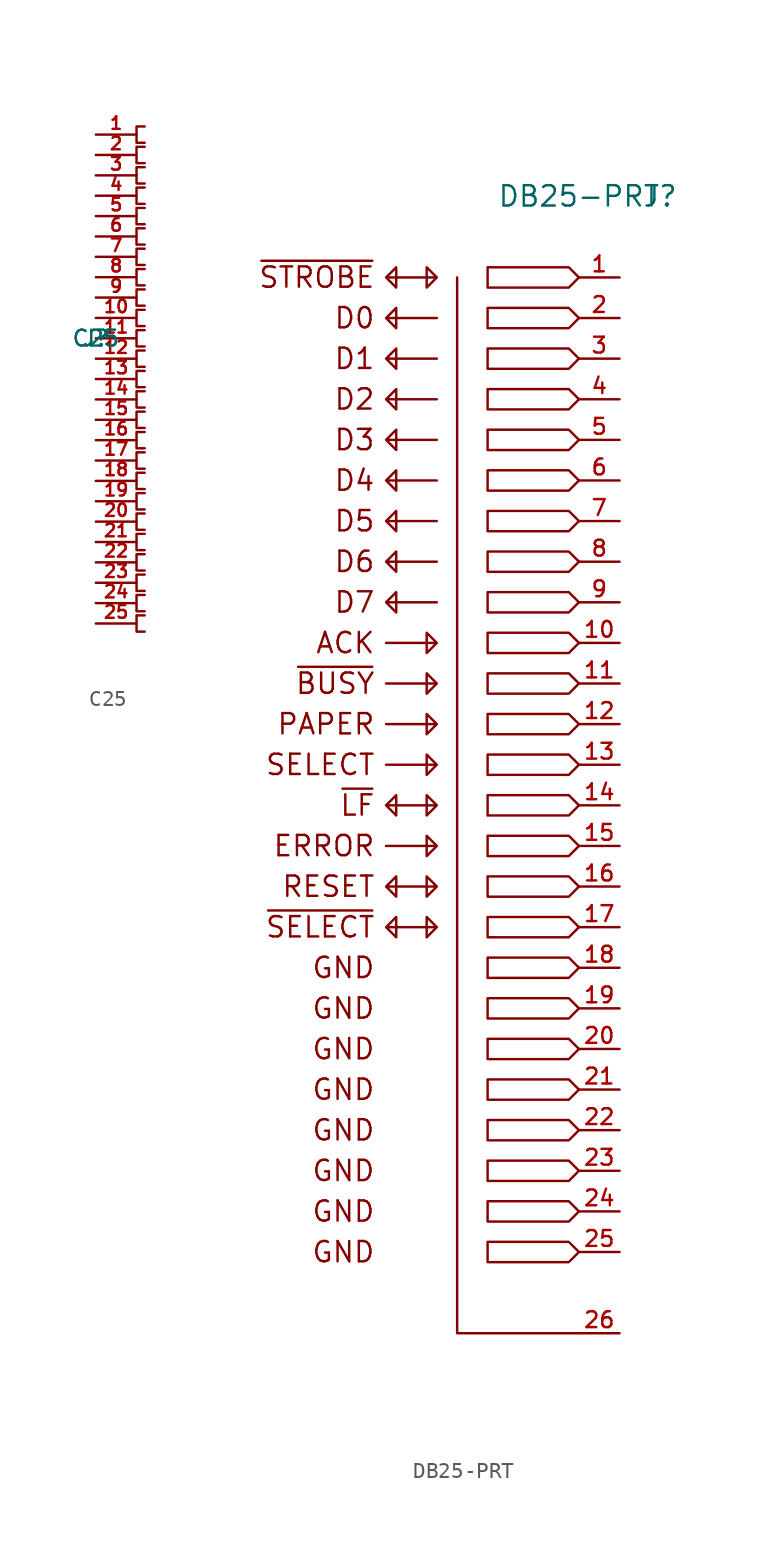
<source format=kicad_sym>
(kicad_symbol_lib
  (version 20211014)
  (generator kicad_symbol_editor)
  (symbol "C25"
    (pin_names
      (offset 1.016))
    (property "Reference" "J"
      (at 0 0 0)
      (effects (font (size 0.991 0.991))))
    (property "Value" "C25"
      (at 0 0 0)
      (effects (font (size 0.991 0.991))))
    (symbol "C25_0_1"
      (polyline (pts (xy 3.048 -17.272) (xy 2.54 -17.272) (xy 2.54 -18.288) (xy 3.048 -18.288)) (stroke (width 0) (type default) (color 0 0 0 0)) (fill (type none)))
      (polyline (pts (xy 3.048 -16.002) (xy 2.54 -16.002) (xy 2.54 -17.018) (xy 3.048 -17.018)) (stroke (width 0) (type default) (color 0 0 0 0)) (fill (type none)))
      (polyline (pts (xy 3.048 -14.732) (xy 2.54 -14.732) (xy 2.54 -15.748) (xy 3.048 -15.748)) (stroke (width 0) (type default) (color 0 0 0 0)) (fill (type none)))
      (polyline (pts (xy 3.048 -13.462) (xy 2.54 -13.462) (xy 2.54 -14.478) (xy 3.048 -14.478)) (stroke (width 0) (type default) (color 0 0 0 0)) (fill (type none)))
      (polyline (pts (xy 3.048 -12.192) (xy 2.54 -12.192) (xy 2.54 -13.208) (xy 3.048 -13.208)) (stroke (width 0) (type default) (color 0 0 0 0)) (fill (type none)))
      (polyline (pts (xy 3.048 -10.922) (xy 2.54 -10.922) (xy 2.54 -11.938) (xy 3.048 -11.938)) (stroke (width 0) (type default) (color 0 0 0 0)) (fill (type none)))
      (polyline (pts (xy 3.048 -9.652) (xy 2.54 -9.652) (xy 2.54 -10.668) (xy 3.048 -10.668)) (stroke (width 0) (type default) (color 0 0 0 0)) (fill (type none)))
      (polyline (pts (xy 3.048 -8.382) (xy 2.54 -8.382) (xy 2.54 -9.398) (xy 3.048 -9.398)) (stroke (width 0) (type default) (color 0 0 0 0)) (fill (type none)))
      (polyline (pts (xy 3.048 -7.112) (xy 2.54 -7.112) (xy 2.54 -8.128) (xy 3.048 -8.128)) (stroke (width 0) (type default) (color 0 0 0 0)) (fill (type none)))
      (polyline (pts (xy 3.048 -5.842) (xy 2.54 -5.842) (xy 2.54 -6.858) (xy 3.048 -6.858)) (stroke (width 0) (type default) (color 0 0 0 0)) (fill (type none)))
      (polyline (pts (xy 3.048 -4.572) (xy 2.54 -4.572) (xy 2.54 -5.588) (xy 3.048 -5.588)) (stroke (width 0) (type default) (color 0 0 0 0)) (fill (type none)))
      (polyline (pts (xy 3.048 -3.302) (xy 2.54 -3.302) (xy 2.54 -4.318) (xy 3.048 -4.318)) (stroke (width 0) (type default) (color 0 0 0 0)) (fill (type none)))
      (polyline (pts (xy 3.048 -2.032) (xy 2.54 -2.032) (xy 2.54 -3.048) (xy 3.048 -3.048)) (stroke (width 0) (type default) (color 0 0 0 0)) (fill (type none)))
      (polyline (pts (xy 3.048 -0.762) (xy 2.54 -0.762) (xy 2.54 -1.778) (xy 3.048 -1.778)) (stroke (width 0) (type default) (color 0 0 0 0)) (fill (type none)))
      (polyline (pts (xy 3.048 0.508) (xy 2.54 0.508) (xy 2.54 -0.508) (xy 3.048 -0.508)) (stroke (width 0) (type default) (color 0 0 0 0)) (fill (type none)))
      (polyline (pts (xy 3.048 1.778) (xy 2.54 1.778) (xy 2.54 0.762) (xy 3.048 0.762)) (stroke (width 0) (type default) (color 0 0 0 0)) (fill (type none)))
      (polyline (pts (xy 3.048 3.048) (xy 2.54 3.048) (xy 2.54 2.032) (xy 3.048 2.032)) (stroke (width 0) (type default) (color 0 0 0 0)) (fill (type none)))
      (polyline (pts (xy 3.048 4.318) (xy 2.54 4.318) (xy 2.54 3.302) (xy 3.048 3.302)) (stroke (width 0) (type default) (color 0 0 0 0)) (fill (type none)))
      (polyline (pts (xy 3.048 5.588) (xy 2.54 5.588) (xy 2.54 4.572) (xy 3.048 4.572)) (stroke (width 0) (type default) (color 0 0 0 0)) (fill (type none)))
      (polyline (pts (xy 3.048 6.858) (xy 2.54 6.858) (xy 2.54 5.842) (xy 3.048 5.842)) (stroke (width 0) (type default) (color 0 0 0 0)) (fill (type none)))
      (polyline (pts (xy 3.048 8.128) (xy 2.54 8.128) (xy 2.54 7.112) (xy 3.048 7.112)) (stroke (width 0) (type default) (color 0 0 0 0)) (fill (type none)))
      (polyline (pts (xy 3.048 9.398) (xy 2.54 9.398) (xy 2.54 8.382) (xy 3.048 8.382)) (stroke (width 0) (type default) (color 0 0 0 0)) (fill (type none)))
      (polyline (pts (xy 3.048 10.668) (xy 2.54 10.668) (xy 2.54 9.652) (xy 3.048 9.652)) (stroke (width 0) (type default) (color 0 0 0 0)) (fill (type none)))
      (polyline (pts (xy 3.048 11.938) (xy 2.54 11.938) (xy 2.54 10.922) (xy 3.048 10.922)) (stroke (width 0) (type default) (color 0 0 0 0)) (fill (type none)))
      (polyline (pts (xy 3.048 13.208) (xy 2.54 13.208) (xy 2.54 12.192) (xy 3.048 12.192)) (stroke (width 0) (type default) (color 0 0 0 0)) (fill (type none))))
    (symbol "C25_1_1"
      (pin passive line (at 2.54 12.7 180) (length 2.54) (name "~" (effects (font (size 0.787 0.787)))) (number "1" (effects (font (size 0.787 0.787)))))
      (pin passive line (at 2.54 1.27 180) (length 2.54) (name "~" (effects (font (size 0.787 0.787)))) (number "10" (effects (font (size 0.787 0.787)))))
      (pin passive line (at 2.54 0 180) (length 2.54) (name "~" (effects (font (size 0.787 0.787)))) (number "11" (effects (font (size 0.787 0.787)))))
      (pin passive line (at 2.54 -1.27 180) (length 2.54) (name "~" (effects (font (size 0.787 0.787)))) (number "12" (effects (font (size 0.787 0.787)))))
      (pin passive line (at 2.54 -2.54 180) (length 2.54) (name "~" (effects (font (size 0.787 0.787)))) (number "13" (effects (font (size 0.787 0.787)))))
      (pin passive line (at 2.54 -3.81 180) (length 2.54) (name "~" (effects (font (size 0.787 0.787)))) (number "14" (effects (font (size 0.787 0.787)))))
      (pin passive line (at 2.54 -5.08 180) (length 2.54) (name "~" (effects (font (size 0.787 0.787)))) (number "15" (effects (font (size 0.787 0.787)))))
      (pin passive line (at 2.54 -6.35 180) (length 2.54) (name "~" (effects (font (size 0.787 0.787)))) (number "16" (effects (font (size 0.787 0.787)))))
      (pin passive line (at 2.54 -7.62 180) (length 2.54) (name "~" (effects (font (size 0.787 0.787)))) (number "17" (effects (font (size 0.787 0.787)))))
      (pin passive line (at 2.54 -8.89 180) (length 2.54) (name "~" (effects (font (size 0.787 0.787)))) (number "18" (effects (font (size 0.787 0.787)))))
      (pin passive line (at 2.54 -10.16 180) (length 2.54) (name "~" (effects (font (size 0.787 0.787)))) (number "19" (effects (font (size 0.787 0.787)))))
      (pin passive line (at 2.54 11.43 180) (length 2.54) (name "~" (effects (font (size 0.787 0.787)))) (number "2" (effects (font (size 0.787 0.787)))))
      (pin passive line (at 2.54 -11.43 180) (length 2.54) (name "~" (effects (font (size 0.787 0.787)))) (number "20" (effects (font (size 0.787 0.787)))))
      (pin passive line (at 2.54 -12.7 180) (length 2.54) (name "~" (effects (font (size 0.787 0.787)))) (number "21" (effects (font (size 0.787 0.787)))))
      (pin passive line (at 2.54 -13.97 180) (length 2.54) (name "~" (effects (font (size 0.787 0.787)))) (number "22" (effects (font (size 0.787 0.787)))))
      (pin passive line (at 2.54 -15.24 180) (length 2.54) (name "~" (effects (font (size 0.787 0.787)))) (number "23" (effects (font (size 0.787 0.787)))))
      (pin passive line (at 2.54 -16.51 180) (length 2.54) (name "~" (effects (font (size 0.787 0.787)))) (number "24" (effects (font (size 0.787 0.787)))))
      (pin passive line (at 2.54 -17.78 180) (length 2.54) (name "~" (effects (font (size 0.787 0.787)))) (number "25" (effects (font (size 0.787 0.787)))))
      (pin passive line (at 2.54 10.16 180) (length 2.54) (name "~" (effects (font (size 0.787 0.787)))) (number "3" (effects (font (size 0.787 0.787)))))
      (pin passive line (at 2.54 8.89 180) (length 2.54) (name "~" (effects (font (size 0.787 0.787)))) (number "4" (effects (font (size 0.787 0.787)))))
      (pin passive line (at 2.54 7.62 180) (length 2.54) (name "~" (effects (font (size 0.787 0.787)))) (number "5" (effects (font (size 0.787 0.787)))))
      (pin passive line (at 2.54 6.35 180) (length 2.54) (name "~" (effects (font (size 0.787 0.787)))) (number "6" (effects (font (size 0.787 0.787)))))
      (pin passive line (at 2.54 5.08 180) (length 2.54) (name "~" (effects (font (size 0.787 0.787)))) (number "7" (effects (font (size 0.787 0.787)))))
      (pin passive line (at 2.54 3.81 180) (length 2.54) (name "~" (effects (font (size 0.787 0.787)))) (number "8" (effects (font (size 0.787 0.787)))))
      (pin passive line (at 2.54 2.54 180) (length 2.54) (name "~" (effects (font (size 0.787 0.787)))) (number "9" (effects (font (size 0.787 0.787)))))))
  (symbol "DB25-PRT"
    (pin_names
      (offset 1.016))
    (property "Reference" "J"
      (at 2.54 5.08 0)
      (effects (font (size 1.27 1.27))))
    (property "Value" "DB25-PRT"
      (at -2.54 5.08 0)
      (effects (font (size 1.27 1.27))))
    (symbol "DB25-PRT_0_0"
      (polyline (pts (xy -14.605 -35.56) (xy -11.43 -35.56) (xy -12.065 -34.925) (xy -12.065 -36.195) (xy -11.43 -35.56)) (stroke (width 0) (type default) (color 0 0 0 0)) (fill (type none)))
      (polyline (pts (xy -14.605 -30.48) (xy -11.43 -30.48) (xy -12.065 -29.845) (xy -12.065 -31.115) (xy -11.43 -30.48)) (stroke (width 0) (type default) (color 0 0 0 0)) (fill (type none)))
      (polyline (pts (xy -14.605 -27.94) (xy -11.43 -27.94) (xy -12.065 -27.305) (xy -12.065 -28.575) (xy -11.43 -27.94)) (stroke (width 0) (type default) (color 0 0 0 0)) (fill (type none)))
      (polyline (pts (xy -14.605 -22.86) (xy -11.43 -22.86) (xy -12.065 -22.225) (xy -12.065 -23.495) (xy -11.43 -22.86)) (stroke (width 0) (type default) (color 0 0 0 0)) (fill (type none)))
      (polyline (pts (xy -11.43 -2.54) (xy -14.605 -2.54) (xy -13.97 -1.905) (xy -13.97 -3.175) (xy -14.605 -2.54)) (stroke (width 0) (type default) (color 0 0 0 0)) (fill (type none)))
      (polyline (pts (xy -14.605 -25.4) (xy -11.43 -25.4) (xy -12.065 -24.765) (xy -12.065 -25.4) (xy -12.065 -26.035) (xy -11.43 -25.4)) (stroke (width 0) (type default) (color 0 0 0 0)) (fill (type none)))
      (polyline (pts (xy -14.605 -40.64) (xy -13.97 -40.005) (xy -13.97 -41.275) (xy -14.605 -40.64) (xy -11.43 -40.64) (xy -12.065 -40.005) (xy -12.065 -41.275) (xy -11.43 -40.64)) (stroke (width 0) (type default) (color 0 0 0 0)) (fill (type none)))
      (polyline (pts (xy -11.43 0) (xy -12.065 0.635) (xy -12.065 -0.635) (xy -11.43 0) (xy -14.605 0) (xy -13.97 0.635) (xy -13.97 -0.635) (xy -14.605 0)) (stroke (width 0) (type default) (color 0 0 0 0)) (fill (type none)))
      (polyline (pts (xy -14.605 -38.1) (xy -11.43 -38.1) (xy -12.065 -37.465) (xy -12.065 -38.735) (xy -11.43 -38.1) (xy -14.605 -38.1) (xy -13.97 -37.465) (xy -13.97 -38.735) (xy -14.605 -38.1)) (stroke (width 0) (type default) (color 0 0 0 0)) (fill (type none)))
      (polyline (pts (xy -11.43 -33.02) (xy -14.605 -33.02) (xy -13.97 -32.385) (xy -13.97 -33.655) (xy -14.605 -33.02) (xy -11.43 -33.02) (xy -12.065 -32.385) (xy -12.065 -33.655) (xy -11.43 -33.02)) (stroke (width 0) (type default) (color 0 0 0 0)) (fill (type none)))
      (text "ACK" (at -15.24 -22.86 0) (effects (font (size 1.27 1.27)) (justify right)))
      (text "D0" (at -15.24 -2.54 0) (effects (font (size 1.27 1.27)) (justify right)))
      (text "D1" (at -15.24 -5.08 0) (effects (font (size 1.27 1.27)) (justify right)))
      (text "D2" (at -15.24 -7.62 0) (effects (font (size 1.27 1.27)) (justify right)))
      (text "D3" (at -15.24 -10.16 0) (effects (font (size 1.27 1.27)) (justify right)))
      (text "D4" (at -15.24 -12.7 0) (effects (font (size 1.27 1.27)) (justify right)))
      (text "D5" (at -15.24 -15.24 0) (effects (font (size 1.27 1.27)) (justify right)))
      (text "D6" (at -15.24 -17.78 0) (effects (font (size 1.27 1.27)) (justify right)))
      (text "D7" (at -15.24 -20.32 0) (effects (font (size 1.27 1.27)) (justify right)))
      (text "ERROR" (at -15.24 -35.56 0) (effects (font (size 1.27 1.27)) (justify right)))
      (text "GND" (at -15.24 -60.96 0) (effects (font (size 1.27 1.27)) (justify right)))
      (text "GND" (at -15.24 -58.42 0) (effects (font (size 1.27 1.27)) (justify right)))
      (text "GND" (at -15.24 -55.88 0) (effects (font (size 1.27 1.27)) (justify right)))
      (text "GND" (at -15.24 -53.34 0) (effects (font (size 1.27 1.27)) (justify right)))
      (text "GND" (at -15.24 -50.8 0) (effects (font (size 1.27 1.27)) (justify right)))
      (text "GND" (at -15.24 -48.26 0) (effects (font (size 1.27 1.27)) (justify right)))
      (text "GND" (at -15.24 -45.72 0) (effects (font (size 1.27 1.27)) (justify right)))
      (text "GND" (at -15.24 -43.18 0) (effects (font (size 1.27 1.27)) (justify right)))
      (text "PAPER" (at -15.24 -27.94 0) (effects (font (size 1.27 1.27)) (justify right)))
      (text "RESET" (at -15.24 -38.1 0) (effects (font (size 1.27 1.27)) (justify right)))
      (text "SELECT" (at -15.24 -30.48 0) (effects (font (size 1.27 1.27)) (justify right)))
      (text "~{BUSY}" (at -15.24 -25.4 0) (effects (font (size 1.27 1.27)) (justify right)))
      (text "~{LF}" (at -15.24 -33.02 0) (effects (font (size 1.27 1.27)) (justify right)))
      (text "~{SELECT}" (at -15.24 -40.64 0) (effects (font (size 1.27 1.27)) (justify right)))
      (text "~{STROBE}" (at -15.24 0 0) (effects (font (size 1.27 1.27)) (justify right))))
    (symbol "DB25-PRT_0_1"
      (polyline (pts (xy -2.54 -66.04) (xy -10.16 -66.04) (xy -10.16 0)) (stroke (width 0) (type default) (color 0 0 0 0)) (fill (type none)))
      (polyline (pts (xy -2.54 -60.96) (xy -3.175 -60.325) (xy -8.255 -60.325) (xy -8.255 -61.595) (xy -3.175 -61.595) (xy -2.54 -60.96)) (stroke (width 0) (type default) (color 0 0 0 0)) (fill (type none)))
      (polyline (pts (xy -2.54 -58.42) (xy -3.175 -57.785) (xy -8.255 -57.785) (xy -8.255 -59.055) (xy -3.175 -59.055) (xy -2.54 -58.42)) (stroke (width 0) (type default) (color 0 0 0 0)) (fill (type none)))
      (polyline (pts (xy -2.54 -55.88) (xy -3.175 -55.245) (xy -8.255 -55.245) (xy -8.255 -56.515) (xy -3.175 -56.515) (xy -2.54 -55.88)) (stroke (width 0) (type default) (color 0 0 0 0)) (fill (type none)))
      (polyline (pts (xy -2.54 -53.34) (xy -3.175 -52.705) (xy -8.255 -52.705) (xy -8.255 -53.975) (xy -3.175 -53.975) (xy -2.54 -53.34)) (stroke (width 0) (type default) (color 0 0 0 0)) (fill (type none)))
      (polyline (pts (xy -2.54 -50.8) (xy -3.175 -50.165) (xy -8.255 -50.165) (xy -8.255 -51.435) (xy -3.175 -51.435) (xy -2.54 -50.8)) (stroke (width 0) (type default) (color 0 0 0 0)) (fill (type none)))
      (polyline (pts (xy -2.54 -48.26) (xy -3.175 -47.625) (xy -8.255 -47.625) (xy -8.255 -48.895) (xy -3.175 -48.895) (xy -2.54 -48.26)) (stroke (width 0) (type default) (color 0 0 0 0)) (fill (type none)))
      (polyline (pts (xy -2.54 -45.72) (xy -3.175 -45.085) (xy -8.255 -45.085) (xy -8.255 -46.355) (xy -3.175 -46.355) (xy -2.54 -45.72)) (stroke (width 0) (type default) (color 0 0 0 0)) (fill (type none)))
      (polyline (pts (xy -2.54 -43.18) (xy -3.175 -42.545) (xy -8.255 -42.545) (xy -8.255 -43.815) (xy -3.175 -43.815) (xy -2.54 -43.18)) (stroke (width 0) (type default) (color 0 0 0 0)) (fill (type none)))
      (polyline (pts (xy -2.54 -40.64) (xy -3.175 -40.005) (xy -8.255 -40.005) (xy -8.255 -41.275) (xy -3.175 -41.275) (xy -2.54 -40.64)) (stroke (width 0) (type default) (color 0 0 0 0)) (fill (type none)))
      (polyline (pts (xy -2.54 -38.1) (xy -3.175 -37.465) (xy -8.255 -37.465) (xy -8.255 -38.735) (xy -3.175 -38.735) (xy -2.54 -38.1)) (stroke (width 0) (type default) (color 0 0 0 0)) (fill (type none)))
      (polyline (pts (xy -2.54 -35.56) (xy -3.175 -34.925) (xy -8.255 -34.925) (xy -8.255 -36.195) (xy -3.175 -36.195) (xy -2.54 -35.56)) (stroke (width 0) (type default) (color 0 0 0 0)) (fill (type none)))
      (polyline (pts (xy -2.54 -33.02) (xy -3.175 -32.385) (xy -8.255 -32.385) (xy -8.255 -33.655) (xy -3.175 -33.655) (xy -2.54 -33.02)) (stroke (width 0) (type default) (color 0 0 0 0)) (fill (type none)))
      (polyline (pts (xy -2.54 -30.48) (xy -3.175 -29.845) (xy -8.255 -29.845) (xy -8.255 -31.115) (xy -3.175 -31.115) (xy -2.54 -30.48)) (stroke (width 0) (type default) (color 0 0 0 0)) (fill (type none)))
      (polyline (pts (xy -2.54 -27.94) (xy -3.175 -27.305) (xy -8.255 -27.305) (xy -8.255 -28.575) (xy -3.175 -28.575) (xy -2.54 -27.94)) (stroke (width 0) (type default) (color 0 0 0 0)) (fill (type none)))
      (polyline (pts (xy -2.54 -25.4) (xy -3.175 -24.765) (xy -8.255 -24.765) (xy -8.255 -26.035) (xy -3.175 -26.035) (xy -2.54 -25.4)) (stroke (width 0) (type default) (color 0 0 0 0)) (fill (type none)))
      (polyline (pts (xy -2.54 -22.86) (xy -3.175 -22.225) (xy -8.255 -22.225) (xy -8.255 -23.495) (xy -3.175 -23.495) (xy -2.54 -22.86)) (stroke (width 0) (type default) (color 0 0 0 0)) (fill (type none)))
      (polyline (pts (xy -2.54 -20.32) (xy -3.175 -19.685) (xy -8.255 -19.685) (xy -8.255 -20.955) (xy -3.175 -20.955) (xy -2.54 -20.32)) (stroke (width 0) (type default) (color 0 0 0 0)) (fill (type none)))
      (polyline (pts (xy -2.54 -17.78) (xy -3.175 -17.145) (xy -8.255 -17.145) (xy -8.255 -18.415) (xy -3.175 -18.415) (xy -2.54 -17.78)) (stroke (width 0) (type default) (color 0 0 0 0)) (fill (type none)))
      (polyline (pts (xy -2.54 -15.24) (xy -3.175 -14.605) (xy -8.255 -14.605) (xy -8.255 -15.875) (xy -3.175 -15.875) (xy -2.54 -15.24)) (stroke (width 0) (type default) (color 0 0 0 0)) (fill (type none)))
      (polyline (pts (xy -2.54 -12.7) (xy -3.175 -12.065) (xy -8.255 -12.065) (xy -8.255 -13.335) (xy -3.175 -13.335) (xy -2.54 -12.7)) (stroke (width 0) (type default) (color 0 0 0 0)) (fill (type none)))
      (polyline (pts (xy -2.54 -10.16) (xy -3.175 -9.525) (xy -8.255 -9.525) (xy -8.255 -10.795) (xy -3.175 -10.795) (xy -2.54 -10.16)) (stroke (width 0) (type default) (color 0 0 0 0)) (fill (type none)))
      (polyline (pts (xy -2.54 -7.62) (xy -3.175 -6.985) (xy -8.255 -6.985) (xy -8.255 -8.255) (xy -3.175 -8.255) (xy -2.54 -7.62)) (stroke (width 0) (type default) (color 0 0 0 0)) (fill (type none)))
      (polyline (pts (xy -2.54 -5.08) (xy -3.175 -4.445) (xy -8.255 -4.445) (xy -8.255 -5.715) (xy -3.175 -5.715) (xy -2.54 -5.08)) (stroke (width 0) (type default) (color 0 0 0 0)) (fill (type none)))
      (polyline (pts (xy -2.54 -2.54) (xy -3.175 -1.905) (xy -8.255 -1.905) (xy -8.255 -3.175) (xy -3.175 -3.175) (xy -2.54 -2.54)) (stroke (width 0) (type default) (color 0 0 0 0)) (fill (type none)))
      (polyline (pts (xy -2.54 0) (xy -3.175 0.635) (xy -8.255 0.635) (xy -8.255 -0.635) (xy -3.175 -0.635) (xy -2.54 0)) (stroke (width 0) (type default) (color 0 0 0 0)) (fill (type none))))
    (symbol "DB25-PRT_1_1"
      (polyline (pts (xy -11.43 -20.32) (xy -14.605 -20.32) (xy -13.97 -19.685) (xy -13.97 -20.955) (xy -14.605 -20.32)) (stroke (width 0) (type default) (color 0 0 0 0)) (fill (type none)))
      (polyline (pts (xy -11.43 -17.78) (xy -14.605 -17.78) (xy -13.97 -17.145) (xy -13.97 -18.415) (xy -14.605 -17.78)) (stroke (width 0) (type default) (color 0 0 0 0)) (fill (type none)))
      (polyline (pts (xy -11.43 -15.24) (xy -14.605 -15.24) (xy -13.97 -14.605) (xy -13.97 -15.875) (xy -14.605 -15.24)) (stroke (width 0) (type default) (color 0 0 0 0)) (fill (type none)))
      (polyline (pts (xy -11.43 -12.7) (xy -14.605 -12.7) (xy -13.97 -12.065) (xy -13.97 -13.335) (xy -14.605 -12.7)) (stroke (width 0) (type default) (color 0 0 0 0)) (fill (type none)))
      (polyline (pts (xy -11.43 -10.16) (xy -14.605 -10.16) (xy -13.97 -9.525) (xy -13.97 -10.795) (xy -14.605 -10.16)) (stroke (width 0) (type default) (color 0 0 0 0)) (fill (type none)))
      (polyline (pts (xy -11.43 -7.62) (xy -14.605 -7.62) (xy -13.97 -6.985) (xy -13.97 -8.255) (xy -14.605 -7.62)) (stroke (width 0) (type default) (color 0 0 0 0)) (fill (type none)))
      (polyline (pts (xy -11.43 -5.08) (xy -14.605 -5.08) (xy -13.97 -4.445) (xy -13.97 -5.715) (xy -14.605 -5.08)) (stroke (width 0) (type default) (color 0 0 0 0)) (fill (type none)))
      (pin passive line (at 0 0 180) (length 2.54) (name "~" (effects (font (size 0.991 0.991)))) (number "1" (effects (font (size 0.991 0.991)))))
      (pin passive line (at 0 -22.86 180) (length 2.54) (name "~" (effects (font (size 0.991 0.991)))) (number "10" (effects (font (size 0.991 0.991)))))
      (pin passive line (at 0 -25.4 180) (length 2.54) (name "~" (effects (font (size 0.991 0.991)))) (number "11" (effects (font (size 0.991 0.991)))))
      (pin passive line (at 0 -27.94 180) (length 2.54) (name "~" (effects (font (size 0.991 0.991)))) (number "12" (effects (font (size 0.991 0.991)))))
      (pin passive line (at 0 -30.48 180) (length 2.54) (name "~" (effects (font (size 0.991 0.991)))) (number "13" (effects (font (size 0.991 0.991)))))
      (pin passive line (at 0 -33.02 180) (length 2.54) (name "~" (effects (font (size 0.991 0.991)))) (number "14" (effects (font (size 0.991 0.991)))))
      (pin passive line (at 0 -35.56 180) (length 2.54) (name "~" (effects (font (size 0.991 0.991)))) (number "15" (effects (font (size 0.991 0.991)))))
      (pin passive line (at 0 -38.1 180) (length 2.54) (name "~" (effects (font (size 0.991 0.991)))) (number "16" (effects (font (size 0.991 0.991)))))
      (pin passive line (at 0 -40.64 180) (length 2.54) (name "~" (effects (font (size 0.991 0.991)))) (number "17" (effects (font (size 0.991 0.991)))))
      (pin passive line (at 0 -43.18 180) (length 2.54) (name "~" (effects (font (size 0.991 0.991)))) (number "18" (effects (font (size 0.991 0.991)))))
      (pin passive line (at 0 -45.72 180) (length 2.54) (name "~" (effects (font (size 0.991 0.991)))) (number "19" (effects (font (size 0.991 0.991)))))
      (pin passive line (at 0 -2.54 180) (length 2.54) (name "~" (effects (font (size 0.991 0.991)))) (number "2" (effects (font (size 0.991 0.991)))))
      (pin passive line (at 0 -48.26 180) (length 2.54) (name "~" (effects (font (size 0.991 0.991)))) (number "20" (effects (font (size 0.991 0.991)))))
      (pin passive line (at 0 -50.8 180) (length 2.54) (name "~" (effects (font (size 0.991 0.991)))) (number "21" (effects (font (size 0.991 0.991)))))
      (pin passive line (at 0 -53.34 180) (length 2.54) (name "~" (effects (font (size 0.991 0.991)))) (number "22" (effects (font (size 0.991 0.991)))))
      (pin passive line (at 0 -55.88 180) (length 2.54) (name "~" (effects (font (size 0.991 0.991)))) (number "23" (effects (font (size 0.991 0.991)))))
      (pin passive line (at 0 -58.42 180) (length 2.54) (name "~" (effects (font (size 0.991 0.991)))) (number "24" (effects (font (size 0.991 0.991)))))
      (pin passive line (at 0 -60.96 180) (length 2.54) (name "~" (effects (font (size 0.991 0.991)))) (number "25" (effects (font (size 0.991 0.991)))))
      (pin passive line (at 0 -66.04 180) (length 2.54) (name "~" (effects (font (size 0.991 0.991)))) (number "26" (effects (font (size 0.991 0.991)))))
      (pin passive line (at 0 -5.08 180) (length 2.54) (name "~" (effects (font (size 0.991 0.991)))) (number "3" (effects (font (size 0.991 0.991)))))
      (pin passive line (at 0 -7.62 180) (length 2.54) (name "~" (effects (font (size 0.991 0.991)))) (number "4" (effects (font (size 0.991 0.991)))))
      (pin passive line (at 0 -10.16 180) (length 2.54) (name "~" (effects (font (size 0.991 0.991)))) (number "5" (effects (font (size 0.991 0.991)))))
      (pin passive line (at 0 -12.7 180) (length 2.54) (name "~" (effects (font (size 0.991 0.991)))) (number "6" (effects (font (size 0.991 0.991)))))
      (pin passive line (at 0 -15.24 180) (length 2.54) (name "~" (effects (font (size 0.991 0.991)))) (number "7" (effects (font (size 0.991 0.991)))))
      (pin passive line (at 0 -17.78 180) (length 2.54) (name "~" (effects (font (size 0.991 0.991)))) (number "8" (effects (font (size 0.991 0.991)))))
      (pin passive line (at 0 -20.32 180) (length 2.54) (name "~" (effects (font (size 0.991 0.991)))) (number "9" (effects (font (size 0.991 0.991))))))))
</source>
